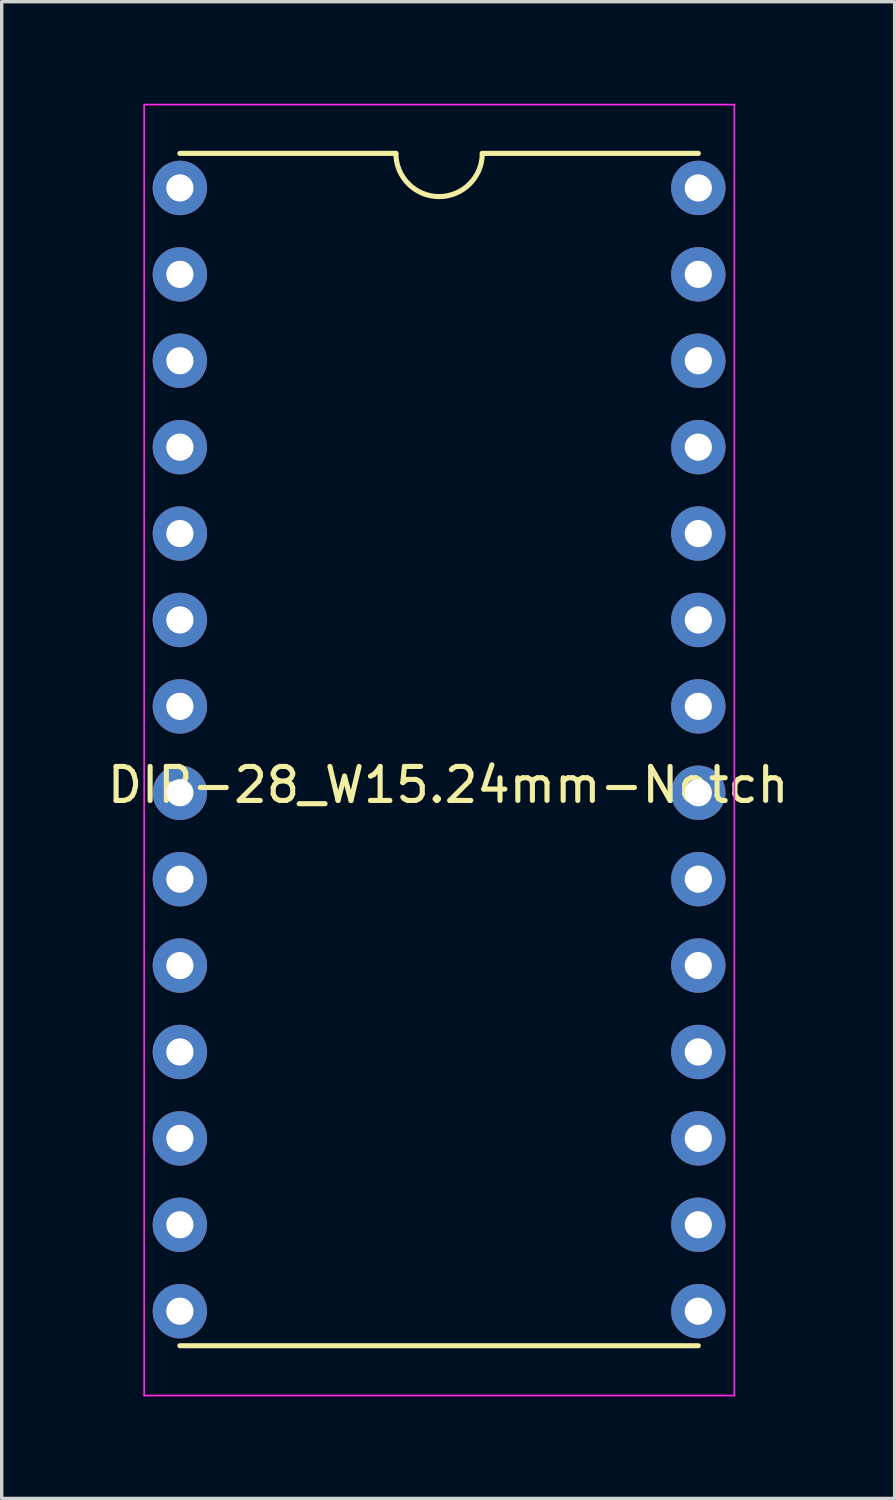
<source format=kicad_pcb>
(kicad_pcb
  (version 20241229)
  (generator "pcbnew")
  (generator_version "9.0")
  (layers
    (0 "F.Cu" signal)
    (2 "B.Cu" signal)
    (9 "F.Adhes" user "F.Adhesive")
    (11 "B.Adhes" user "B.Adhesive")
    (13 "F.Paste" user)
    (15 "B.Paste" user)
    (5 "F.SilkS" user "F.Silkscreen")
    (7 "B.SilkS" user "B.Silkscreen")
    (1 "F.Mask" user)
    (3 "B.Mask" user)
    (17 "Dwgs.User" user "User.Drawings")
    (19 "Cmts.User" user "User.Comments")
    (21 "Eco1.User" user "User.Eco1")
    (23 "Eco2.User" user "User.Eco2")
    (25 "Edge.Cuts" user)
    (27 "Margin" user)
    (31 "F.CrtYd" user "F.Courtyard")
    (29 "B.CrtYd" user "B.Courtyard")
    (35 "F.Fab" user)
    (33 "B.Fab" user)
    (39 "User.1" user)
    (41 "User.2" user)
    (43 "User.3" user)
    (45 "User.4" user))
  (footprint "DIP-28_W15.24mm-Notch"
    (layer "F.Cu")
    (at 2.238 2.475)
    (property "Reference" "DIP-28_W15.24mm-Notch" (at 7.887 17.551 0) (layer "F.SilkS") (effects (font (size 1 1) (thickness 0.15))))
    (attr through_hole)
    (fp_line (start 0 -1.016) (end 6.35 -1.016) (stroke (width 0.15) (type solid)) (layer "F.SilkS"))
    (fp_line (start 0 34.036) (end 15.24 34.036) (stroke (width 0.15) (type solid)) (layer "F.SilkS"))
    (fp_line (start 8.89 -1.016) (end 15.24 -1.016) (stroke (width 0.15) (type solid)) (layer "F.SilkS"))
    (fp_arc (start 8.89 -1.016) (mid 7.62 0.254) (end 6.35 -1.016) (stroke (width 0.15) (type solid)) (layer "F.SilkS"))
    (fp_line (start -1.05 -2.45) (end -1.05 35.5) (stroke (width 0.05) (type solid)) (layer "F.CrtYd"))
    (fp_line (start -1.05 -2.45) (end 16.3 -2.45) (stroke (width 0.05) (type solid)) (layer "F.CrtYd"))
    (fp_line (start -1.05 35.5) (end 16.3 35.5) (stroke (width 0.05) (type solid)) (layer "F.CrtYd"))
    (fp_line (start 16.3 -2.45) (end 16.3 35.5) (stroke (width 0.05) (type solid)) (layer "F.CrtYd"))
    (pad "1" thru_hole oval (at 0 0) (size 1.6 1.6) (drill 0.8) (layers "*.Cu" "*.Mask"))
    (pad "2" thru_hole oval (at 0 2.54) (size 1.6 1.6) (drill 0.8) (layers "*.Cu" "*.Mask"))
    (pad "3" thru_hole oval (at 0 5.08) (size 1.6 1.6) (drill 0.8) (layers "*.Cu" "*.Mask"))
    (pad "4" thru_hole oval (at 0 7.62) (size 1.6 1.6) (drill 0.8) (layers "*.Cu" "*.Mask"))
    (pad "5" thru_hole oval (at 0 10.16) (size 1.6 1.6) (drill 0.8) (layers "*.Cu" "*.Mask"))
    (pad "6" thru_hole oval (at 0 12.7) (size 1.6 1.6) (drill 0.8) (layers "*.Cu" "*.Mask"))
    (pad "7" thru_hole oval (at 0 15.24) (size 1.6 1.6) (drill 0.8) (layers "*.Cu" "*.Mask"))
    (pad "8" thru_hole oval (at 0 17.78) (size 1.6 1.6) (drill 0.8) (layers "*.Cu" "*.Mask"))
    (pad "9" thru_hole oval (at 0 20.32) (size 1.6 1.6) (drill 0.8) (layers "*.Cu" "*.Mask"))
    (pad "10" thru_hole oval (at 0 22.86) (size 1.6 1.6) (drill 0.8) (layers "*.Cu" "*.Mask"))
    (pad "11" thru_hole oval (at 0 25.4) (size 1.6 1.6) (drill 0.8) (layers "*.Cu" "*.Mask"))
    (pad "12" thru_hole oval (at 0 27.94) (size 1.6 1.6) (drill 0.8) (layers "*.Cu" "*.Mask"))
    (pad "13" thru_hole oval (at 0 30.48) (size 1.6 1.6) (drill 0.8) (layers "*.Cu" "*.Mask"))
    (pad "14" thru_hole oval (at 0 33.02) (size 1.6 1.6) (drill 0.8) (layers "*.Cu" "*.Mask"))
    (pad "15" thru_hole oval (at 15.24 33.02) (size 1.6 1.6) (drill 0.8) (layers "*.Cu" "*.Mask"))
    (pad "16" thru_hole oval (at 15.24 30.48) (size 1.6 1.6) (drill 0.8) (layers "*.Cu" "*.Mask"))
    (pad "17" thru_hole oval (at 15.24 27.94) (size 1.6 1.6) (drill 0.8) (layers "*.Cu" "*.Mask"))
    (pad "18" thru_hole oval (at 15.24 25.4) (size 1.6 1.6) (drill 0.8) (layers "*.Cu" "*.Mask"))
    (pad "19" thru_hole oval (at 15.24 22.86) (size 1.6 1.6) (drill 0.8) (layers "*.Cu" "*.Mask"))
    (pad "20" thru_hole oval (at 15.24 20.32) (size 1.6 1.6) (drill 0.8) (layers "*.Cu" "*.Mask"))
    (pad "21" thru_hole oval (at 15.24 17.78) (size 1.6 1.6) (drill 0.8) (layers "*.Cu" "*.Mask"))
    (pad "22" thru_hole oval (at 15.24 15.24) (size 1.6 1.6) (drill 0.8) (layers "*.Cu" "*.Mask"))
    (pad "23" thru_hole oval (at 15.24 12.7) (size 1.6 1.6) (drill 0.8) (layers "*.Cu" "*.Mask"))
    (pad "24" thru_hole oval (at 15.24 10.16) (size 1.6 1.6) (drill 0.8) (layers "*.Cu" "*.Mask"))
    (pad "25" thru_hole oval (at 15.24 7.62) (size 1.6 1.6) (drill 0.8) (layers "*.Cu" "*.Mask"))
    (pad "26" thru_hole oval (at 15.24 5.08) (size 1.6 1.6) (drill 0.8) (layers "*.Cu" "*.Mask"))
    (pad "27" thru_hole oval (at 15.24 2.54) (size 1.6 1.6) (drill 0.8) (layers "*.Cu" "*.Mask"))
    (pad "28" thru_hole oval (at 15.24 0) (size 1.6 1.6) (drill 0.8) (layers "*.Cu" "*.Mask")))
  (gr_rect
    (start -3 -3)
    (end 23.25 41)
    (stroke (width 0.1) (type default))
    (fill no)
    (layer "Edge.Cuts")))
</source>
